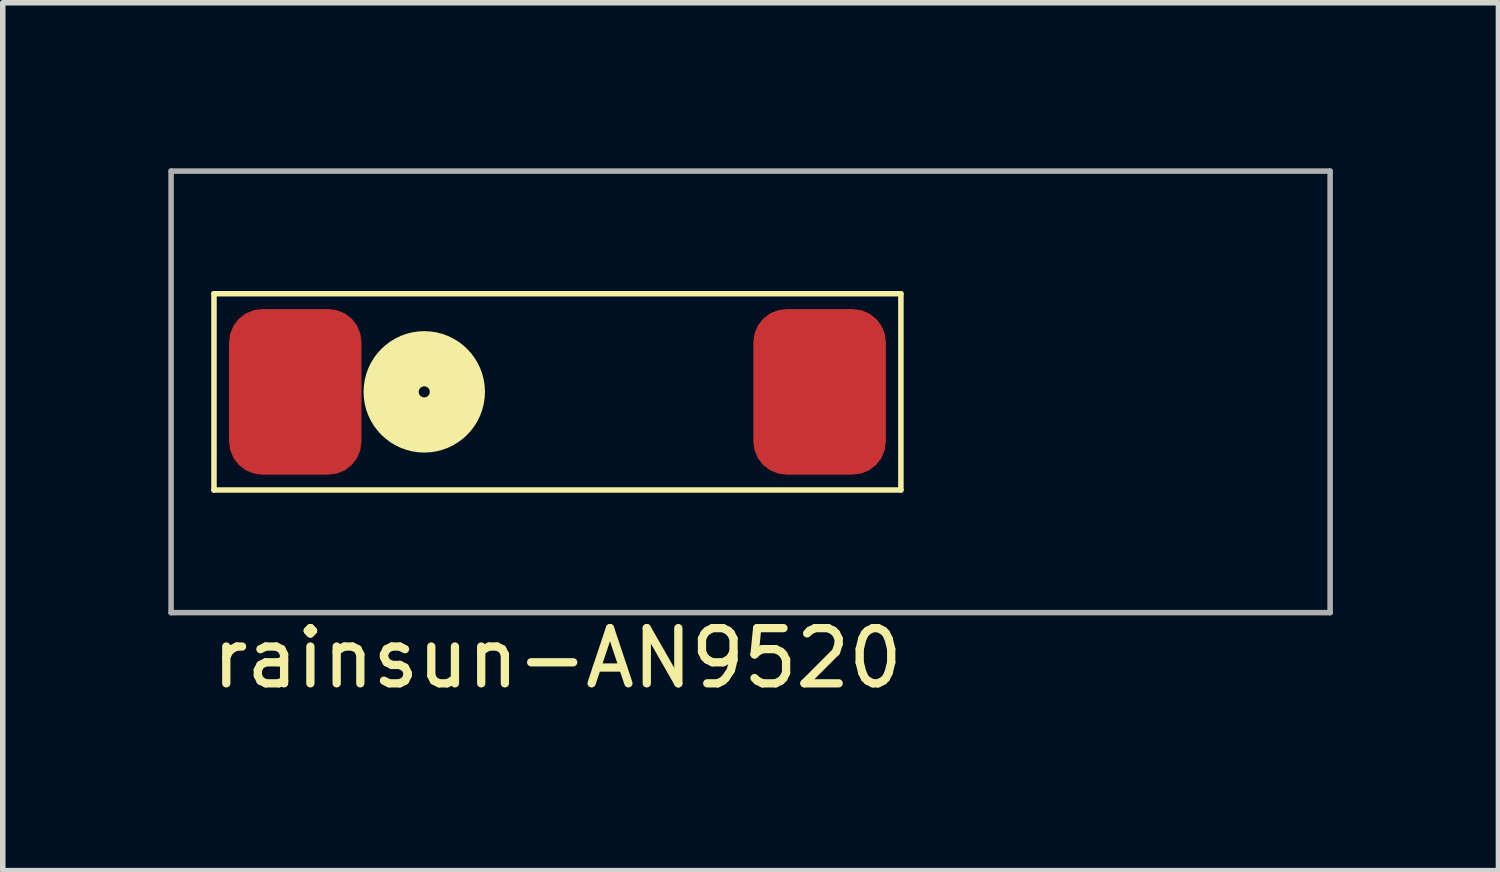
<source format=kicad_pcb>
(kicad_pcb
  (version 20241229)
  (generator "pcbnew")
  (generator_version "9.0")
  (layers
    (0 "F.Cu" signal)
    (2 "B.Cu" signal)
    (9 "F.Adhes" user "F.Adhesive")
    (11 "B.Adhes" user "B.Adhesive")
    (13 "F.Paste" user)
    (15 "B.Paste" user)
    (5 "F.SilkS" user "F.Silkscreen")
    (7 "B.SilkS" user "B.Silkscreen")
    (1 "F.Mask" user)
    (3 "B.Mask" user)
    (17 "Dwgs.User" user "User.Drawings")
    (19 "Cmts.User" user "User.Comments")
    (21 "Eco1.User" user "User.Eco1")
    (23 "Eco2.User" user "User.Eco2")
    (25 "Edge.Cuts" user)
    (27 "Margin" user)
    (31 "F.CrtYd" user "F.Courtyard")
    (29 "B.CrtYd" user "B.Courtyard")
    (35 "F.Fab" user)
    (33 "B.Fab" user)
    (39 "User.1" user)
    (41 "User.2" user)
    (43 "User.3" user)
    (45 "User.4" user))
  (footprint "rainsun-AN9520"
    (layer "F.Cu")
    (at 7.05 4.05)
    (property "Reference" "rainsun-AN9520" (at 0 4.826 0) (layer "F.SilkS") (effects (font (size 1 1) (thickness 0.15))))
    (attr through_hole)
    (fp_line (start -6.223 -1.778) (end -6.223 1.778) (stroke (width 0.1) (type solid)) (layer "F.SilkS"))
    (fp_line (start -6.223 -1.778) (end 6.223 -1.778) (stroke (width 0.1) (type solid)) (layer "F.SilkS"))
    (fp_line (start -6.223 1.778) (end 6.223 1.778) (stroke (width 0.1) (type solid)) (layer "F.SilkS"))
    (fp_line (start 6.223 1.778) (end 6.223 -1.778) (stroke (width 0.1) (type solid)) (layer "F.SilkS"))
    (fp_circle (center -2.413 0) (end -2.313 0) (stroke (width 1) (type solid)) (fill no) (layer "F.SilkS"))
    (fp_line (start -7 -4) (end -7 4) (stroke (width 0.1) (type solid)) (layer "F.Fab"))
    (fp_line (start -7 4) (end 14 4) (stroke (width 0.1) (type solid)) (layer "F.Fab"))
    (fp_line (start 14 -4) (end -7 -4) (stroke (width 0.1) (type solid)) (layer "F.Fab"))
    (fp_line (start 14 4) (end 14 -4) (stroke (width 0.1) (type solid)) (layer "F.Fab"))
    (pad "1" smd roundrect (at -4.75 0 90) (size 3 2.4) (layers "F.Cu" "F.Mask" "F.Paste") (roundrect_rratio 0.25))
    (pad "~" smd roundrect (at 4.75 0 90) (size 3 2.4) (layers "F.Cu" "F.Mask" "F.Paste") (roundrect_rratio 0.25)))
  (gr_rect
    (start -3 -3)
    (end 24.1 12.724)
    (stroke (width 0.1) (type default))
    (fill no)
    (layer "Edge.Cuts")))
</source>
